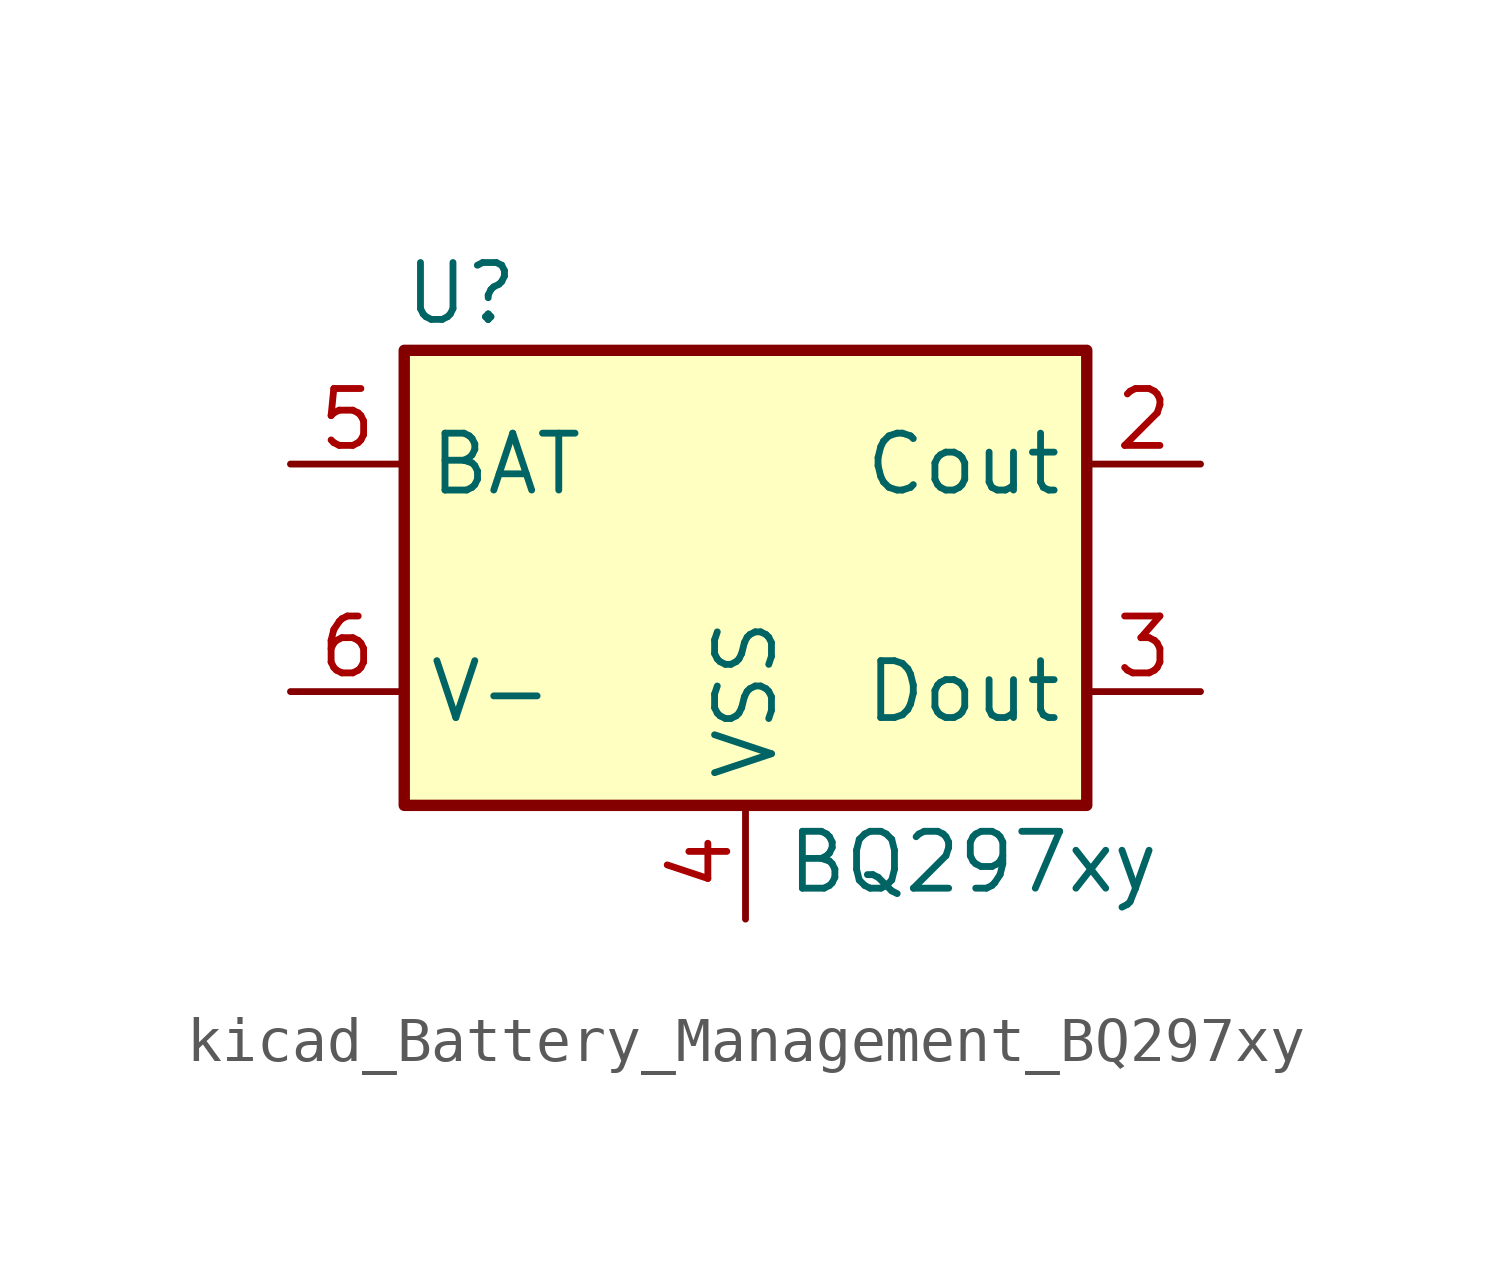
<source format=kicad_sym>
(kicad_symbol_lib
  (version 20220914)
  (generator kicad_symbol_editor)
  (symbol "kicad_Battery_Management_BQ297xy"
    (property "Reference" "U"
      (at -6.35 6.35 0)
      (effects (font (size 1.27 1.27))))
    (property "Value" "BQ297xy"
      (at 5.08 -6.35 0)
      (effects (font (size 1.27 1.27))))
    (symbol "kicad_Battery_Management_BQ297xy_0_1"
      (rectangle (start -7.62 5.08) (end 7.62 -5.08) (stroke (width 0.254) (type default)) (fill (type background))))
    (symbol "kicad_Battery_Management_BQ297xy_1_1"
      (pin no_connect line (at 7.62 0 180) (length 2.54) hide (name "NC" (effects (font (size 1.27 1.27)))) (number "1" (effects (font (size 1.27 1.27)))))
      (pin output line (at 10.16 2.54 180) (length 2.54) (name "Cout" (effects (font (size 1.27 1.27)))) (number "2" (effects (font (size 1.27 1.27)))))
      (pin output line (at 10.16 -2.54 180) (length 2.54) (name "Dout" (effects (font (size 1.27 1.27)))) (number "3" (effects (font (size 1.27 1.27)))))
      (pin power_in line (at 0 -7.62 90) (length 2.54) (name "VSS" (effects (font (size 1.27 1.27)))) (number "4" (effects (font (size 1.27 1.27)))))
      (pin input line (at -10.16 2.54 0) (length 2.54) (name "BAT" (effects (font (size 1.27 1.27)))) (number "5" (effects (font (size 1.27 1.27)))))
      (pin input line (at -10.16 -2.54 0) (length 2.54) (name "V-" (effects (font (size 1.27 1.27)))) (number "6" (effects (font (size 1.27 1.27))))))))
</source>
